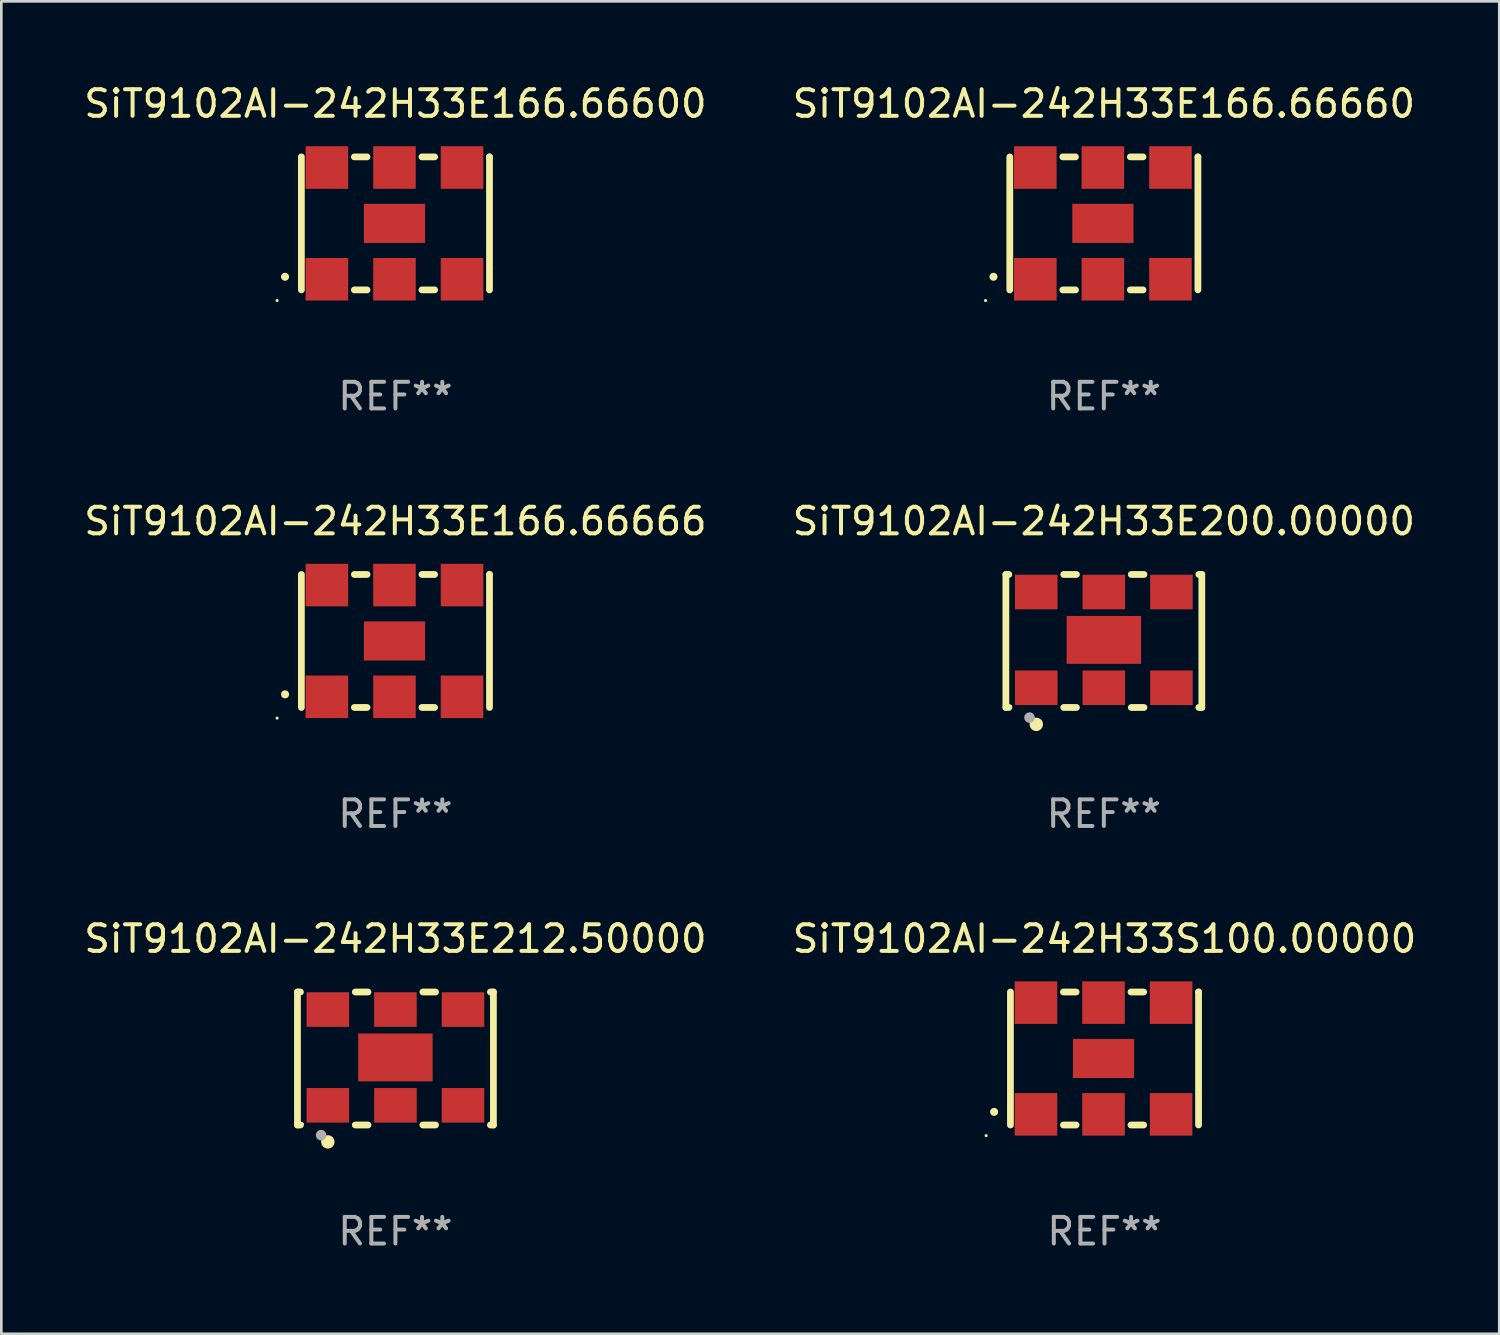
<source format=kicad_pcb>
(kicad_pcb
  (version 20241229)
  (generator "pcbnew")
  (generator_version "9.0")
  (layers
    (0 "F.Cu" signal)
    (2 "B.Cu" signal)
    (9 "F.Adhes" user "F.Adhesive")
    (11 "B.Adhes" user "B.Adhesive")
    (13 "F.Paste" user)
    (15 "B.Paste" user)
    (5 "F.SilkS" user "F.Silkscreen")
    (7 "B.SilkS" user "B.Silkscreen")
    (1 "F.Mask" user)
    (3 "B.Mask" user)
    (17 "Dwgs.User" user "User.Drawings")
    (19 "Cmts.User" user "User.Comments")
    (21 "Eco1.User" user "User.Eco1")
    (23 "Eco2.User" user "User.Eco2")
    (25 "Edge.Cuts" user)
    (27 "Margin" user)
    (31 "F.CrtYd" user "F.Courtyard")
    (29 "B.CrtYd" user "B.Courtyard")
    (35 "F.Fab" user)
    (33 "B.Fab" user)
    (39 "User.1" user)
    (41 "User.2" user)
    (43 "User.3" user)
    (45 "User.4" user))
  (footprint "SiT9102AI-242H33S100.00000"
    (layer "F.Cu")
    (at 38.47 36.741)
    (property "Reference" "SiT9102AI-242H33S100.00000" (at 0 -4.5 0) (layer "F.SilkS") (effects (font (size 1 1) (thickness 0.15))))
    (attr through_hole)
    (fp_line (start -3.536 -2.5) (end -3.536 2.5) (stroke (width 0.254) (type solid)) (layer "F.SilkS"))
    (fp_line (start -1.544 2.5) (end -1.067 2.5) (stroke (width 0.254) (type solid)) (layer "F.SilkS"))
    (fp_line (start -1.067 -2.5) (end -1.544 -2.5) (stroke (width 0.254) (type solid)) (layer "F.SilkS"))
    (fp_line (start 0.996 2.5) (end 1.473 2.5) (stroke (width 0.254) (type solid)) (layer "F.SilkS"))
    (fp_line (start 1.473 -2.5) (end 0.996 -2.5) (stroke (width 0.254) (type solid)) (layer "F.SilkS"))
    (fp_line (start 3.536 -2.5) (end 3.536 -2.5) (stroke (width 0.254) (type solid)) (layer "F.SilkS"))
    (fp_line (start 3.536 2.5) (end 3.536 -2.5) (stroke (width 0.254) (type solid)) (layer "F.SilkS"))
    (fp_arc (start -4.150432 2.006604) (mid -4.149162 2.006599) (end -4.147892 2.006604) (stroke (width 0.3) (type solid)) (layer "F.SilkS"))
    (fp_circle (center -4.449 2.9) (end -4.419 2.9) (stroke (width 0.06) (type solid)) (fill no) (layer "F.SilkS"))
    (fp_text user "REF**" (at 0 6.5 0) (layer "F.Fab") (effects (font (size 1 1) (thickness 0.15))))
    (pad "1" smd rect (at -2.576 2.1) (size 1.6 1.6) (layers "F.Cu" "F.Mask" "F.Paste"))
    (pad "2" smd rect (at -0.036 2.1) (size 1.6 1.6) (layers "F.Cu" "F.Mask" "F.Paste"))
    (pad "3" smd rect (at 2.504 2.1) (size 1.6 1.6) (layers "F.Cu" "F.Mask" "F.Paste"))
    (pad "4" smd rect (at 2.504 -2.1) (size 1.6 1.6) (layers "F.Cu" "F.Mask" "F.Paste"))
    (pad "5" smd rect (at -0.036 -2.1) (size 1.6 1.6) (layers "F.Cu" "F.Mask" "F.Paste"))
    (pad "6" smd rect (at -2.576 -2.1) (size 1.6 1.6) (layers "F.Cu" "F.Mask" "F.Paste"))
    (pad "7" smd rect (at -0.036 0) (size 2.3 1.47) (layers "F.Cu" "F.Mask" "F.Paste")))
  (footprint "SiT9102AI-242H33E166.66600"
    (layer "F.Cu")
    (at 11.815 5.348)
    (property "Reference" "SiT9102AI-242H33E166.66600" (at 0 -4.5 0) (layer "F.SilkS") (effects (font (size 1 1) (thickness 0.15))))
    (attr through_hole)
    (fp_line (start -3.536 -2.5) (end -3.536 2.5) (stroke (width 0.254) (type solid)) (layer "F.SilkS"))
    (fp_line (start -1.544 2.5) (end -1.067 2.5) (stroke (width 0.254) (type solid)) (layer "F.SilkS"))
    (fp_line (start -1.067 -2.5) (end -1.544 -2.5) (stroke (width 0.254) (type solid)) (layer "F.SilkS"))
    (fp_line (start 0.996 2.5) (end 1.473 2.5) (stroke (width 0.254) (type solid)) (layer "F.SilkS"))
    (fp_line (start 1.473 -2.5) (end 0.996 -2.5) (stroke (width 0.254) (type solid)) (layer "F.SilkS"))
    (fp_line (start 3.536 -2.5) (end 3.536 -2.5) (stroke (width 0.254) (type solid)) (layer "F.SilkS"))
    (fp_line (start 3.536 2.5) (end 3.536 -2.5) (stroke (width 0.254) (type solid)) (layer "F.SilkS"))
    (fp_arc (start -4.150432 2.006604) (mid -4.149162 2.006599) (end -4.147892 2.006604) (stroke (width 0.3) (type solid)) (layer "F.SilkS"))
    (fp_circle (center -4.449 2.9) (end -4.419 2.9) (stroke (width 0.06) (type solid)) (fill no) (layer "F.SilkS"))
    (fp_text user "REF**" (at 0 6.5 0) (layer "F.Fab") (effects (font (size 1 1) (thickness 0.15))))
    (pad "1" smd rect (at -2.576 2.1) (size 1.6 1.6) (layers "F.Cu" "F.Mask" "F.Paste"))
    (pad "2" smd rect (at -0.036 2.1) (size 1.6 1.6) (layers "F.Cu" "F.Mask" "F.Paste"))
    (pad "3" smd rect (at 2.504 2.1) (size 1.6 1.6) (layers "F.Cu" "F.Mask" "F.Paste"))
    (pad "4" smd rect (at 2.504 -2.1) (size 1.6 1.6) (layers "F.Cu" "F.Mask" "F.Paste"))
    (pad "5" smd rect (at -0.036 -2.1) (size 1.6 1.6) (layers "F.Cu" "F.Mask" "F.Paste"))
    (pad "6" smd rect (at -2.576 -2.1) (size 1.6 1.6) (layers "F.Cu" "F.Mask" "F.Paste"))
    (pad "7" smd rect (at -0.036 0) (size 2.3 1.47) (layers "F.Cu" "F.Mask" "F.Paste")))
  (footprint "SiT9102AI-242H33E166.66660"
    (layer "F.Cu")
    (at 38.446 5.348)
    (property "Reference" "SiT9102AI-242H33E166.66660" (at 0 -4.5 0) (layer "F.SilkS") (effects (font (size 1 1) (thickness 0.15))))
    (attr through_hole)
    (fp_line (start -3.536 -2.5) (end -3.536 2.5) (stroke (width 0.254) (type solid)) (layer "F.SilkS"))
    (fp_line (start -1.544 2.5) (end -1.067 2.5) (stroke (width 0.254) (type solid)) (layer "F.SilkS"))
    (fp_line (start -1.067 -2.5) (end -1.544 -2.5) (stroke (width 0.254) (type solid)) (layer "F.SilkS"))
    (fp_line (start 0.996 2.5) (end 1.473 2.5) (stroke (width 0.254) (type solid)) (layer "F.SilkS"))
    (fp_line (start 1.473 -2.5) (end 0.996 -2.5) (stroke (width 0.254) (type solid)) (layer "F.SilkS"))
    (fp_line (start 3.536 -2.5) (end 3.536 -2.5) (stroke (width 0.254) (type solid)) (layer "F.SilkS"))
    (fp_line (start 3.536 2.5) (end 3.536 -2.5) (stroke (width 0.254) (type solid)) (layer "F.SilkS"))
    (fp_arc (start -4.150432 2.006604) (mid -4.149162 2.006599) (end -4.147892 2.006604) (stroke (width 0.3) (type solid)) (layer "F.SilkS"))
    (fp_circle (center -4.449 2.9) (end -4.419 2.9) (stroke (width 0.06) (type solid)) (fill no) (layer "F.SilkS"))
    (fp_text user "REF**" (at 0 6.5 0) (layer "F.Fab") (effects (font (size 1 1) (thickness 0.15))))
    (pad "1" smd rect (at -2.576 2.1) (size 1.6 1.6) (layers "F.Cu" "F.Mask" "F.Paste"))
    (pad "2" smd rect (at -0.036 2.1) (size 1.6 1.6) (layers "F.Cu" "F.Mask" "F.Paste"))
    (pad "3" smd rect (at 2.504 2.1) (size 1.6 1.6) (layers "F.Cu" "F.Mask" "F.Paste"))
    (pad "4" smd rect (at 2.504 -2.1) (size 1.6 1.6) (layers "F.Cu" "F.Mask" "F.Paste"))
    (pad "5" smd rect (at -0.036 -2.1) (size 1.6 1.6) (layers "F.Cu" "F.Mask" "F.Paste"))
    (pad "6" smd rect (at -2.576 -2.1) (size 1.6 1.6) (layers "F.Cu" "F.Mask" "F.Paste"))
    (pad "7" smd rect (at -0.036 0) (size 2.3 1.47) (layers "F.Cu" "F.Mask" "F.Paste")))
  (footprint "SiT9102AI-242H33E212.50000"
    (layer "F.Cu")
    (at 11.815 36.741)
    (property "Reference" "SiT9102AI-242H33E212.50000" (at 0 -4.5 0) (layer "F.SilkS") (effects (font (size 1 1) (thickness 0.15))))
    (attr through_hole)
    (fp_line (start -3.683 -2.5) (end -3.571 -2.5) (stroke (width 0.254) (type solid)) (layer "F.SilkS"))
    (fp_line (start -3.683 2.5) (end -3.683 -2.5) (stroke (width 0.254) (type solid)) (layer "F.SilkS"))
    (fp_line (start -3.683 2.5) (end -3.571 2.5) (stroke (width 0.254) (type solid)) (layer "F.SilkS"))
    (fp_line (start -1.509 -2.5) (end -1.031 -2.5) (stroke (width 0.254) (type solid)) (layer "F.SilkS"))
    (fp_line (start -1.509 2.5) (end -1.031 2.5) (stroke (width 0.254) (type solid)) (layer "F.SilkS"))
    (fp_line (start 1.031 -2.5) (end 1.509 -2.5) (stroke (width 0.254) (type solid)) (layer "F.SilkS"))
    (fp_line (start 1.031 2.5) (end 1.509 2.5) (stroke (width 0.254) (type solid)) (layer "F.SilkS"))
    (fp_line (start 3.571 -2.5) (end 3.683 -2.5) (stroke (width 0.254) (type solid)) (layer "F.SilkS"))
    (fp_line (start 3.571 2.5) (end 3.683 2.5) (stroke (width 0.254) (type solid)) (layer "F.SilkS"))
    (fp_line (start 3.683 2.5) (end 3.683 -2.5) (stroke (width 0.254) (type solid)) (layer "F.SilkS"))
    (fp_circle (center -3.5 2.46) (end -3.47 2.46) (stroke (width 0.06) (type solid)) (fill no) (layer "F.SilkS"))
    (fp_circle (center -2.54 3.135) (end -2.413 3.135) (stroke (width 0.254) (type solid)) (fill no) (layer "F.SilkS"))
    (fp_circle (center -2.794 2.881) (end -2.694 2.881) (stroke (width 0.2) (type solid)) (fill no) (layer "F.Fab"))
    (fp_text user "REF**" (at 0 6.5 0) (layer "F.Fab") (effects (font (size 1 1) (thickness 0.15))))
    (pad "1" smd rect (at -2.54 1.76) (size 1.6 1.3) (layers "F.Cu" "F.Mask" "F.Paste"))
    (pad "2" smd rect (at 0 1.76) (size 1.6 1.3) (layers "F.Cu" "F.Mask" "F.Paste"))
    (pad "3" smd rect (at 2.54 1.76) (size 1.6 1.3) (layers "F.Cu" "F.Mask" "F.Paste"))
    (pad "4" smd rect (at 2.54 -1.84) (size 1.6 1.3) (layers "F.Cu" "F.Mask" "F.Paste"))
    (pad "5" smd rect (at 0 -1.84) (size 1.6 1.3) (layers "F.Cu" "F.Mask" "F.Paste"))
    (pad "6" smd rect (at -2.54 -1.84) (size 1.6 1.3) (layers "F.Cu" "F.Mask" "F.Paste"))
    (pad "7" smd rect (at 0 -0.04) (size 2.8 1.8) (layers "F.Cu" "F.Mask" "F.Paste")))
  (footprint "SiT9102AI-242H33E166.66666"
    (layer "F.Cu")
    (at 11.815 21.045)
    (property "Reference" "SiT9102AI-242H33E166.66666" (at 0 -4.5 0) (layer "F.SilkS") (effects (font (size 1 1) (thickness 0.15))))
    (attr through_hole)
    (fp_line (start -3.536 -2.5) (end -3.536 2.5) (stroke (width 0.254) (type solid)) (layer "F.SilkS"))
    (fp_line (start -1.544 2.5) (end -1.067 2.5) (stroke (width 0.254) (type solid)) (layer "F.SilkS"))
    (fp_line (start -1.067 -2.5) (end -1.544 -2.5) (stroke (width 0.254) (type solid)) (layer "F.SilkS"))
    (fp_line (start 0.996 2.5) (end 1.473 2.5) (stroke (width 0.254) (type solid)) (layer "F.SilkS"))
    (fp_line (start 1.473 -2.5) (end 0.996 -2.5) (stroke (width 0.254) (type solid)) (layer "F.SilkS"))
    (fp_line (start 3.536 -2.5) (end 3.536 -2.5) (stroke (width 0.254) (type solid)) (layer "F.SilkS"))
    (fp_line (start 3.536 2.5) (end 3.536 -2.5) (stroke (width 0.254) (type solid)) (layer "F.SilkS"))
    (fp_arc (start -4.150432 2.006604) (mid -4.149162 2.006599) (end -4.147892 2.006604) (stroke (width 0.3) (type solid)) (layer "F.SilkS"))
    (fp_circle (center -4.449 2.9) (end -4.419 2.9) (stroke (width 0.06) (type solid)) (fill no) (layer "F.SilkS"))
    (fp_text user "REF**" (at 0 6.5 0) (layer "F.Fab") (effects (font (size 1 1) (thickness 0.15))))
    (pad "1" smd rect (at -2.576 2.1) (size 1.6 1.6) (layers "F.Cu" "F.Mask" "F.Paste"))
    (pad "2" smd rect (at -0.036 2.1) (size 1.6 1.6) (layers "F.Cu" "F.Mask" "F.Paste"))
    (pad "3" smd rect (at 2.504 2.1) (size 1.6 1.6) (layers "F.Cu" "F.Mask" "F.Paste"))
    (pad "4" smd rect (at 2.504 -2.1) (size 1.6 1.6) (layers "F.Cu" "F.Mask" "F.Paste"))
    (pad "5" smd rect (at -0.036 -2.1) (size 1.6 1.6) (layers "F.Cu" "F.Mask" "F.Paste"))
    (pad "6" smd rect (at -2.576 -2.1) (size 1.6 1.6) (layers "F.Cu" "F.Mask" "F.Paste"))
    (pad "7" smd rect (at -0.036 0) (size 2.3 1.47) (layers "F.Cu" "F.Mask" "F.Paste")))
  (footprint "SiT9102AI-242H33E200.00000"
    (layer "F.Cu")
    (at 38.446 21.045)
    (property "Reference" "SiT9102AI-242H33E200.00000" (at 0 -4.5 0) (layer "F.SilkS") (effects (font (size 1 1) (thickness 0.15))))
    (attr through_hole)
    (fp_line (start -3.683 -2.5) (end -3.571 -2.5) (stroke (width 0.254) (type solid)) (layer "F.SilkS"))
    (fp_line (start -3.683 2.5) (end -3.683 -2.5) (stroke (width 0.254) (type solid)) (layer "F.SilkS"))
    (fp_line (start -3.683 2.5) (end -3.571 2.5) (stroke (width 0.254) (type solid)) (layer "F.SilkS"))
    (fp_line (start -1.509 -2.5) (end -1.031 -2.5) (stroke (width 0.254) (type solid)) (layer "F.SilkS"))
    (fp_line (start -1.509 2.5) (end -1.031 2.5) (stroke (width 0.254) (type solid)) (layer "F.SilkS"))
    (fp_line (start 1.031 -2.5) (end 1.509 -2.5) (stroke (width 0.254) (type solid)) (layer "F.SilkS"))
    (fp_line (start 1.031 2.5) (end 1.509 2.5) (stroke (width 0.254) (type solid)) (layer "F.SilkS"))
    (fp_line (start 3.571 -2.5) (end 3.683 -2.5) (stroke (width 0.254) (type solid)) (layer "F.SilkS"))
    (fp_line (start 3.571 2.5) (end 3.683 2.5) (stroke (width 0.254) (type solid)) (layer "F.SilkS"))
    (fp_line (start 3.683 2.5) (end 3.683 -2.5) (stroke (width 0.254) (type solid)) (layer "F.SilkS"))
    (fp_circle (center -3.5 2.46) (end -3.47 2.46) (stroke (width 0.06) (type solid)) (fill no) (layer "F.SilkS"))
    (fp_circle (center -2.54 3.135) (end -2.413 3.135) (stroke (width 0.254) (type solid)) (fill no) (layer "F.SilkS"))
    (fp_circle (center -2.794 2.881) (end -2.694 2.881) (stroke (width 0.2) (type solid)) (fill no) (layer "F.Fab"))
    (fp_text user "REF**" (at 0 6.5 0) (layer "F.Fab") (effects (font (size 1 1) (thickness 0.15))))
    (pad "1" smd rect (at -2.54 1.76) (size 1.6 1.3) (layers "F.Cu" "F.Mask" "F.Paste"))
    (pad "2" smd rect (at 0 1.76) (size 1.6 1.3) (layers "F.Cu" "F.Mask" "F.Paste"))
    (pad "3" smd rect (at 2.54 1.76) (size 1.6 1.3) (layers "F.Cu" "F.Mask" "F.Paste"))
    (pad "4" smd rect (at 2.54 -1.84) (size 1.6 1.3) (layers "F.Cu" "F.Mask" "F.Paste"))
    (pad "5" smd rect (at 0 -1.84) (size 1.6 1.3) (layers "F.Cu" "F.Mask" "F.Paste"))
    (pad "6" smd rect (at -2.54 -1.84) (size 1.6 1.3) (layers "F.Cu" "F.Mask" "F.Paste"))
    (pad "7" smd rect (at 0 -0.04) (size 2.8 1.8) (layers "F.Cu" "F.Mask" "F.Paste")))
  (gr_rect
    (start -3 -3)
    (end 53.31 47.09)
    (stroke (width 0.1) (type default))
    (fill no)
    (layer "Edge.Cuts")))
</source>
